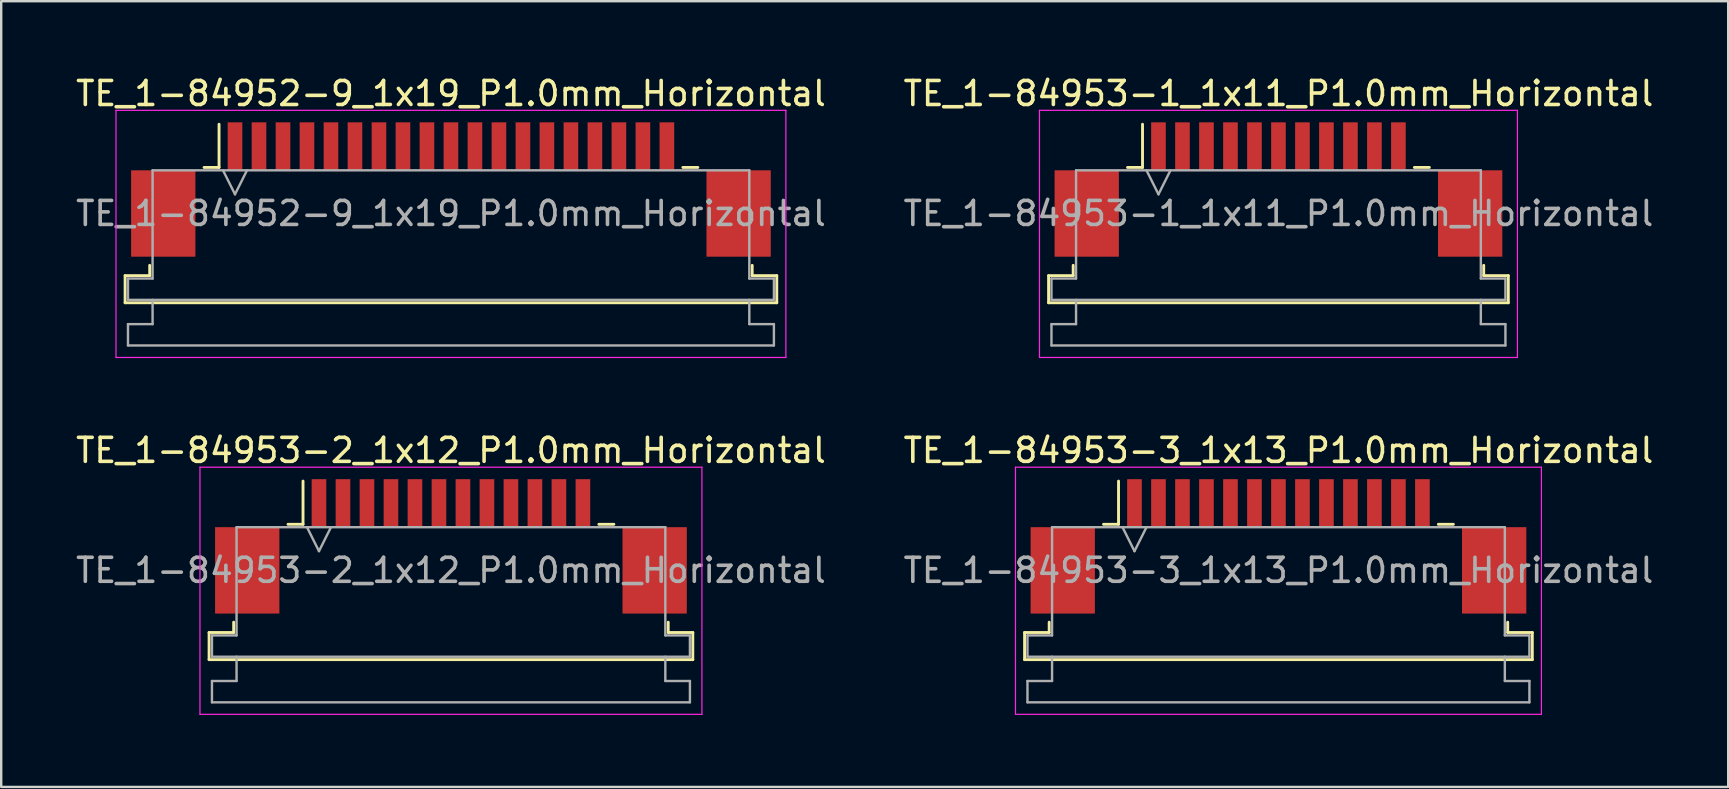
<source format=kicad_pcb>
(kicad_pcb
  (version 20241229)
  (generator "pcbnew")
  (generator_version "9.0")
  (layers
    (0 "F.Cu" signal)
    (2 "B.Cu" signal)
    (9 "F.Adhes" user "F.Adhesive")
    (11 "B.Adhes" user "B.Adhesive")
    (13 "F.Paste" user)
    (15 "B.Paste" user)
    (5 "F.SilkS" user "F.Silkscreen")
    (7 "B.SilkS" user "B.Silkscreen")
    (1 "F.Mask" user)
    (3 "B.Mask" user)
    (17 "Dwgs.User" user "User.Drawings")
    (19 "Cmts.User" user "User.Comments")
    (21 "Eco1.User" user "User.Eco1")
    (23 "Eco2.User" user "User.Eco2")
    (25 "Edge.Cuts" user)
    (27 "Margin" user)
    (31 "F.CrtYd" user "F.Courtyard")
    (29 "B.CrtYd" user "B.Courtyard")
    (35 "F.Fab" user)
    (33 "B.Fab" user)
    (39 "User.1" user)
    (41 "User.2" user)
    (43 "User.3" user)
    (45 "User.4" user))
  (footprint "TE_1-84953-1_1x11_P1.0mm_Horizontal"
    (layer "F.Cu")
    (at 50.232 4.848)
    (property "Reference" "TE_1-84953-1_1x11_P1.0mm_Horizontal" (at 0 -4 0) (layer "F.SilkS") (effects (font (size 1 1) (thickness 0.15))))
    (attr smd)
    (fp_line (start -9.58 3.59) (end -8.555 3.59) (stroke (width 0.12) (type solid)) (layer "F.SilkS"))
    (fp_line (start -9.58 4.72) (end -9.58 3.59) (stroke (width 0.12) (type solid)) (layer "F.SilkS"))
    (fp_line (start -8.555 3.59) (end -8.555 3.16) (stroke (width 0.12) (type solid)) (layer "F.SilkS"))
    (fp_line (start -6.29 -0.92) (end -5.665 -0.92) (stroke (width 0.12) (type solid)) (layer "F.SilkS"))
    (fp_line (start -5.665 -0.92) (end -5.665 -2.72) (stroke (width 0.12) (type solid)) (layer "F.SilkS"))
    (fp_line (start 5.665 -0.92) (end 6.29 -0.92) (stroke (width 0.12) (type solid)) (layer "F.SilkS"))
    (fp_line (start 8.555 3.16) (end 8.555 3.59) (stroke (width 0.12) (type solid)) (layer "F.SilkS"))
    (fp_line (start 8.555 3.59) (end 9.58 3.59) (stroke (width 0.12) (type solid)) (layer "F.SilkS"))
    (fp_line (start 9.58 3.59) (end 9.58 4.72) (stroke (width 0.12) (type solid)) (layer "F.SilkS"))
    (fp_line (start 9.58 4.72) (end -9.58 4.72) (stroke (width 0.12) (type solid)) (layer "F.SilkS"))
    (fp_line (start -9.96 -3.3) (end -9.96 7) (stroke (width 0.05) (type solid)) (layer "F.CrtYd"))
    (fp_line (start -9.96 7) (end 9.96 7) (stroke (width 0.05) (type solid)) (layer "F.CrtYd"))
    (fp_line (start 9.96 -3.3) (end -9.96 -3.3) (stroke (width 0.05) (type solid)) (layer "F.CrtYd"))
    (fp_line (start 9.96 7) (end 9.96 -3.3) (stroke (width 0.05) (type solid)) (layer "F.CrtYd"))
    (fp_line (start -9.46 3.71) (end -8.435 3.71) (stroke (width 0.1) (type solid)) (layer "F.Fab"))
    (fp_line (start -9.46 4.6) (end -9.46 3.71) (stroke (width 0.1) (type solid)) (layer "F.Fab"))
    (fp_line (start -9.46 5.61) (end -8.435 5.61) (stroke (width 0.1) (type solid)) (layer "F.Fab"))
    (fp_line (start -9.46 6.5) (end -9.46 5.61) (stroke (width 0.1) (type solid)) (layer "F.Fab"))
    (fp_line (start -8.435 -0.8) (end 8.435 -0.8) (stroke (width 0.1) (type solid)) (layer "F.Fab"))
    (fp_line (start -8.435 3.71) (end -8.435 -0.8) (stroke (width 0.1) (type solid)) (layer "F.Fab"))
    (fp_line (start -8.435 5.61) (end -8.435 4.6) (stroke (width 0.1) (type solid)) (layer "F.Fab"))
    (fp_line (start -5.5 -0.8) (end -5 0.2) (stroke (width 0.1) (type solid)) (layer "F.Fab"))
    (fp_line (start -5 0.2) (end -4.5 -0.8) (stroke (width 0.1) (type solid)) (layer "F.Fab"))
    (fp_line (start 8.435 -0.8) (end 8.435 3.71) (stroke (width 0.1) (type solid)) (layer "F.Fab"))
    (fp_line (start 8.435 3.71) (end 9.46 3.71) (stroke (width 0.1) (type solid)) (layer "F.Fab"))
    (fp_line (start 8.435 4.6) (end 8.435 5.61) (stroke (width 0.1) (type solid)) (layer "F.Fab"))
    (fp_line (start 8.435 5.61) (end 9.46 5.61) (stroke (width 0.1) (type solid)) (layer "F.Fab"))
    (fp_line (start 9.46 3.71) (end 9.46 4.6) (stroke (width 0.1) (type solid)) (layer "F.Fab"))
    (fp_line (start 9.46 4.6) (end -9.46 4.6) (stroke (width 0.1) (type solid)) (layer "F.Fab"))
    (fp_line (start 9.46 5.61) (end 9.46 6.5) (stroke (width 0.1) (type solid)) (layer "F.Fab"))
    (fp_line (start 9.46 6.5) (end -9.46 6.5) (stroke (width 0.1) (type solid)) (layer "F.Fab"))
    (fp_text user "${REFERENCE}" (at 0 1 0) (layer "F.Fab") (effects (font (size 1 1) (thickness 0.15))))
    (pad "" smd rect (at -7.99 1) (size 2.68 3.6) (layers "F.Cu" "F.Mask" "F.Paste"))
    (pad "" smd rect (at 7.99 1) (size 2.68 3.6) (layers "F.Cu" "F.Mask" "F.Paste"))
    (pad "1" smd rect (at -5 -1.8) (size 0.61 2) (layers "F.Cu" "F.Mask" "F.Paste"))
    (pad "2" smd rect (at -4 -1.8) (size 0.61 2) (layers "F.Cu" "F.Mask" "F.Paste"))
    (pad "3" smd rect (at -3 -1.8) (size 0.61 2) (layers "F.Cu" "F.Mask" "F.Paste"))
    (pad "4" smd rect (at -2 -1.8) (size 0.61 2) (layers "F.Cu" "F.Mask" "F.Paste"))
    (pad "5" smd rect (at -1 -1.8) (size 0.61 2) (layers "F.Cu" "F.Mask" "F.Paste"))
    (pad "6" smd rect (at 0 -1.8) (size 0.61 2) (layers "F.Cu" "F.Mask" "F.Paste"))
    (pad "7" smd rect (at 1 -1.8) (size 0.61 2) (layers "F.Cu" "F.Mask" "F.Paste"))
    (pad "8" smd rect (at 2 -1.8) (size 0.61 2) (layers "F.Cu" "F.Mask" "F.Paste"))
    (pad "9" smd rect (at 3 -1.8) (size 0.61 2) (layers "F.Cu" "F.Mask" "F.Paste"))
    (pad "10" smd rect (at 4 -1.8) (size 0.61 2) (layers "F.Cu" "F.Mask" "F.Paste"))
    (pad "11" smd rect (at 5 -1.8) (size 0.61 2) (layers "F.Cu" "F.Mask" "F.Paste")))
  (footprint "TE_1-84952-9_1x19_P1.0mm_Horizontal"
    (layer "F.Cu")
    (at 15.744 4.848)
    (property "Reference" "TE_1-84952-9_1x19_P1.0mm_Horizontal" (at 0 -4 0) (layer "F.SilkS") (effects (font (size 1 1) (thickness 0.15))))
    (attr smd)
    (fp_line (start -13.58 3.59) (end -12.555 3.59) (stroke (width 0.12) (type solid)) (layer "F.SilkS"))
    (fp_line (start -13.58 4.72) (end -13.58 3.59) (stroke (width 0.12) (type solid)) (layer "F.SilkS"))
    (fp_line (start -12.555 3.59) (end -12.555 3.16) (stroke (width 0.12) (type solid)) (layer "F.SilkS"))
    (fp_line (start -10.29 -0.92) (end -9.665 -0.92) (stroke (width 0.12) (type solid)) (layer "F.SilkS"))
    (fp_line (start -9.665 -0.92) (end -9.665 -2.72) (stroke (width 0.12) (type solid)) (layer "F.SilkS"))
    (fp_line (start 9.665 -0.92) (end 10.29 -0.92) (stroke (width 0.12) (type solid)) (layer "F.SilkS"))
    (fp_line (start 12.555 3.16) (end 12.555 3.59) (stroke (width 0.12) (type solid)) (layer "F.SilkS"))
    (fp_line (start 12.555 3.59) (end 13.58 3.59) (stroke (width 0.12) (type solid)) (layer "F.SilkS"))
    (fp_line (start 13.58 3.59) (end 13.58 4.72) (stroke (width 0.12) (type solid)) (layer "F.SilkS"))
    (fp_line (start 13.58 4.72) (end -13.58 4.72) (stroke (width 0.12) (type solid)) (layer "F.SilkS"))
    (fp_line (start -13.96 -3.3) (end -13.96 7) (stroke (width 0.05) (type solid)) (layer "F.CrtYd"))
    (fp_line (start -13.96 7) (end 13.96 7) (stroke (width 0.05) (type solid)) (layer "F.CrtYd"))
    (fp_line (start 13.96 -3.3) (end -13.96 -3.3) (stroke (width 0.05) (type solid)) (layer "F.CrtYd"))
    (fp_line (start 13.96 7) (end 13.96 -3.3) (stroke (width 0.05) (type solid)) (layer "F.CrtYd"))
    (fp_line (start -13.46 3.71) (end -12.435 3.71) (stroke (width 0.1) (type solid)) (layer "F.Fab"))
    (fp_line (start -13.46 4.6) (end -13.46 3.71) (stroke (width 0.1) (type solid)) (layer "F.Fab"))
    (fp_line (start -13.46 5.61) (end -12.435 5.61) (stroke (width 0.1) (type solid)) (layer "F.Fab"))
    (fp_line (start -13.46 6.5) (end -13.46 5.61) (stroke (width 0.1) (type solid)) (layer "F.Fab"))
    (fp_line (start -12.435 -0.8) (end 12.435 -0.8) (stroke (width 0.1) (type solid)) (layer "F.Fab"))
    (fp_line (start -12.435 3.71) (end -12.435 -0.8) (stroke (width 0.1) (type solid)) (layer "F.Fab"))
    (fp_line (start -12.435 5.61) (end -12.435 4.6) (stroke (width 0.1) (type solid)) (layer "F.Fab"))
    (fp_line (start -9.5 -0.8) (end -9 0.2) (stroke (width 0.1) (type solid)) (layer "F.Fab"))
    (fp_line (start -9 0.2) (end -8.5 -0.8) (stroke (width 0.1) (type solid)) (layer "F.Fab"))
    (fp_line (start 12.435 -0.8) (end 12.435 3.71) (stroke (width 0.1) (type solid)) (layer "F.Fab"))
    (fp_line (start 12.435 3.71) (end 13.46 3.71) (stroke (width 0.1) (type solid)) (layer "F.Fab"))
    (fp_line (start 12.435 4.6) (end 12.435 5.61) (stroke (width 0.1) (type solid)) (layer "F.Fab"))
    (fp_line (start 12.435 5.61) (end 13.46 5.61) (stroke (width 0.1) (type solid)) (layer "F.Fab"))
    (fp_line (start 13.46 3.71) (end 13.46 4.6) (stroke (width 0.1) (type solid)) (layer "F.Fab"))
    (fp_line (start 13.46 4.6) (end -13.46 4.6) (stroke (width 0.1) (type solid)) (layer "F.Fab"))
    (fp_line (start 13.46 5.61) (end 13.46 6.5) (stroke (width 0.1) (type solid)) (layer "F.Fab"))
    (fp_line (start 13.46 6.5) (end -13.46 6.5) (stroke (width 0.1) (type solid)) (layer "F.Fab"))
    (fp_text user "${REFERENCE}" (at 0 1 0) (layer "F.Fab") (effects (font (size 1 1) (thickness 0.15))))
    (pad "" smd rect (at -11.99 1) (size 2.68 3.6) (layers "F.Cu" "F.Mask" "F.Paste"))
    (pad "" smd rect (at 11.99 1) (size 2.68 3.6) (layers "F.Cu" "F.Mask" "F.Paste"))
    (pad "1" smd rect (at -9 -1.8) (size 0.61 2) (layers "F.Cu" "F.Mask" "F.Paste"))
    (pad "2" smd rect (at -8 -1.8) (size 0.61 2) (layers "F.Cu" "F.Mask" "F.Paste"))
    (pad "3" smd rect (at -7 -1.8) (size 0.61 2) (layers "F.Cu" "F.Mask" "F.Paste"))
    (pad "4" smd rect (at -6 -1.8) (size 0.61 2) (layers "F.Cu" "F.Mask" "F.Paste"))
    (pad "5" smd rect (at -5 -1.8) (size 0.61 2) (layers "F.Cu" "F.Mask" "F.Paste"))
    (pad "6" smd rect (at -4 -1.8) (size 0.61 2) (layers "F.Cu" "F.Mask" "F.Paste"))
    (pad "7" smd rect (at -3 -1.8) (size 0.61 2) (layers "F.Cu" "F.Mask" "F.Paste"))
    (pad "8" smd rect (at -2 -1.8) (size 0.61 2) (layers "F.Cu" "F.Mask" "F.Paste"))
    (pad "9" smd rect (at -1 -1.8) (size 0.61 2) (layers "F.Cu" "F.Mask" "F.Paste"))
    (pad "10" smd rect (at 0 -1.8) (size 0.61 2) (layers "F.Cu" "F.Mask" "F.Paste"))
    (pad "11" smd rect (at 1 -1.8) (size 0.61 2) (layers "F.Cu" "F.Mask" "F.Paste"))
    (pad "12" smd rect (at 2 -1.8) (size 0.61 2) (layers "F.Cu" "F.Mask" "F.Paste"))
    (pad "13" smd rect (at 3 -1.8) (size 0.61 2) (layers "F.Cu" "F.Mask" "F.Paste"))
    (pad "14" smd rect (at 4 -1.8) (size 0.61 2) (layers "F.Cu" "F.Mask" "F.Paste"))
    (pad "15" smd rect (at 5 -1.8) (size 0.61 2) (layers "F.Cu" "F.Mask" "F.Paste"))
    (pad "16" smd rect (at 6 -1.8) (size 0.61 2) (layers "F.Cu" "F.Mask" "F.Paste"))
    (pad "17" smd rect (at 7 -1.8) (size 0.61 2) (layers "F.Cu" "F.Mask" "F.Paste"))
    (pad "18" smd rect (at 8 -1.8) (size 0.61 2) (layers "F.Cu" "F.Mask" "F.Paste"))
    (pad "19" smd rect (at 9 -1.8) (size 0.61 2) (layers "F.Cu" "F.Mask" "F.Paste")))
  (footprint "TE_1-84953-2_1x12_P1.0mm_Horizontal"
    (layer "F.Cu")
    (at 15.744 19.721)
    (property "Reference" "TE_1-84953-2_1x12_P1.0mm_Horizontal" (at 0 -4 0) (layer "F.SilkS") (effects (font (size 1 1) (thickness 0.15))))
    (attr smd)
    (fp_line (start -10.08 3.59) (end -9.055 3.59) (stroke (width 0.12) (type solid)) (layer "F.SilkS"))
    (fp_line (start -10.08 4.72) (end -10.08 3.59) (stroke (width 0.12) (type solid)) (layer "F.SilkS"))
    (fp_line (start -9.055 3.59) (end -9.055 3.16) (stroke (width 0.12) (type solid)) (layer "F.SilkS"))
    (fp_line (start -6.79 -0.92) (end -6.165 -0.92) (stroke (width 0.12) (type solid)) (layer "F.SilkS"))
    (fp_line (start -6.165 -0.92) (end -6.165 -2.72) (stroke (width 0.12) (type solid)) (layer "F.SilkS"))
    (fp_line (start 6.165 -0.92) (end 6.79 -0.92) (stroke (width 0.12) (type solid)) (layer "F.SilkS"))
    (fp_line (start 9.055 3.16) (end 9.055 3.59) (stroke (width 0.12) (type solid)) (layer "F.SilkS"))
    (fp_line (start 9.055 3.59) (end 10.08 3.59) (stroke (width 0.12) (type solid)) (layer "F.SilkS"))
    (fp_line (start 10.08 3.59) (end 10.08 4.72) (stroke (width 0.12) (type solid)) (layer "F.SilkS"))
    (fp_line (start 10.08 4.72) (end -10.08 4.72) (stroke (width 0.12) (type solid)) (layer "F.SilkS"))
    (fp_line (start -10.46 -3.3) (end -10.46 7) (stroke (width 0.05) (type solid)) (layer "F.CrtYd"))
    (fp_line (start -10.46 7) (end 10.46 7) (stroke (width 0.05) (type solid)) (layer "F.CrtYd"))
    (fp_line (start 10.46 -3.3) (end -10.46 -3.3) (stroke (width 0.05) (type solid)) (layer "F.CrtYd"))
    (fp_line (start 10.46 7) (end 10.46 -3.3) (stroke (width 0.05) (type solid)) (layer "F.CrtYd"))
    (fp_line (start -9.96 3.71) (end -8.935 3.71) (stroke (width 0.1) (type solid)) (layer "F.Fab"))
    (fp_line (start -9.96 4.6) (end -9.96 3.71) (stroke (width 0.1) (type solid)) (layer "F.Fab"))
    (fp_line (start -9.96 5.61) (end -8.935 5.61) (stroke (width 0.1) (type solid)) (layer "F.Fab"))
    (fp_line (start -9.96 6.5) (end -9.96 5.61) (stroke (width 0.1) (type solid)) (layer "F.Fab"))
    (fp_line (start -8.935 -0.8) (end 8.935 -0.8) (stroke (width 0.1) (type solid)) (layer "F.Fab"))
    (fp_line (start -8.935 3.71) (end -8.935 -0.8) (stroke (width 0.1) (type solid)) (layer "F.Fab"))
    (fp_line (start -8.935 5.61) (end -8.935 4.6) (stroke (width 0.1) (type solid)) (layer "F.Fab"))
    (fp_line (start -6 -0.8) (end -5.5 0.2) (stroke (width 0.1) (type solid)) (layer "F.Fab"))
    (fp_line (start -5.5 0.2) (end -5 -0.8) (stroke (width 0.1) (type solid)) (layer "F.Fab"))
    (fp_line (start 8.935 -0.8) (end 8.935 3.71) (stroke (width 0.1) (type solid)) (layer "F.Fab"))
    (fp_line (start 8.935 3.71) (end 9.96 3.71) (stroke (width 0.1) (type solid)) (layer "F.Fab"))
    (fp_line (start 8.935 4.6) (end 8.935 5.61) (stroke (width 0.1) (type solid)) (layer "F.Fab"))
    (fp_line (start 8.935 5.61) (end 9.96 5.61) (stroke (width 0.1) (type solid)) (layer "F.Fab"))
    (fp_line (start 9.96 3.71) (end 9.96 4.6) (stroke (width 0.1) (type solid)) (layer "F.Fab"))
    (fp_line (start 9.96 4.6) (end -9.96 4.6) (stroke (width 0.1) (type solid)) (layer "F.Fab"))
    (fp_line (start 9.96 5.61) (end 9.96 6.5) (stroke (width 0.1) (type solid)) (layer "F.Fab"))
    (fp_line (start 9.96 6.5) (end -9.96 6.5) (stroke (width 0.1) (type solid)) (layer "F.Fab"))
    (fp_text user "${REFERENCE}" (at 0 1 0) (layer "F.Fab") (effects (font (size 1 1) (thickness 0.15))))
    (pad "" smd rect (at -8.49 1) (size 2.68 3.6) (layers "F.Cu" "F.Mask" "F.Paste"))
    (pad "" smd rect (at 8.49 1) (size 2.68 3.6) (layers "F.Cu" "F.Mask" "F.Paste"))
    (pad "1" smd rect (at -5.5 -1.8) (size 0.61 2) (layers "F.Cu" "F.Mask" "F.Paste"))
    (pad "2" smd rect (at -4.5 -1.8) (size 0.61 2) (layers "F.Cu" "F.Mask" "F.Paste"))
    (pad "3" smd rect (at -3.5 -1.8) (size 0.61 2) (layers "F.Cu" "F.Mask" "F.Paste"))
    (pad "4" smd rect (at -2.5 -1.8) (size 0.61 2) (layers "F.Cu" "F.Mask" "F.Paste"))
    (pad "5" smd rect (at -1.5 -1.8) (size 0.61 2) (layers "F.Cu" "F.Mask" "F.Paste"))
    (pad "6" smd rect (at -0.5 -1.8) (size 0.61 2) (layers "F.Cu" "F.Mask" "F.Paste"))
    (pad "7" smd rect (at 0.5 -1.8) (size 0.61 2) (layers "F.Cu" "F.Mask" "F.Paste"))
    (pad "8" smd rect (at 1.5 -1.8) (size 0.61 2) (layers "F.Cu" "F.Mask" "F.Paste"))
    (pad "9" smd rect (at 2.5 -1.8) (size 0.61 2) (layers "F.Cu" "F.Mask" "F.Paste"))
    (pad "10" smd rect (at 3.5 -1.8) (size 0.61 2) (layers "F.Cu" "F.Mask" "F.Paste"))
    (pad "11" smd rect (at 4.5 -1.8) (size 0.61 2) (layers "F.Cu" "F.Mask" "F.Paste"))
    (pad "12" smd rect (at 5.5 -1.8) (size 0.61 2) (layers "F.Cu" "F.Mask" "F.Paste")))
  (footprint "TE_1-84953-3_1x13_P1.0mm_Horizontal"
    (layer "F.Cu")
    (at 50.232 19.721)
    (property "Reference" "TE_1-84953-3_1x13_P1.0mm_Horizontal" (at 0 -4 0) (layer "F.SilkS") (effects (font (size 1 1) (thickness 0.15))))
    (attr smd)
    (fp_line (start -10.58 3.59) (end -9.555 3.59) (stroke (width 0.12) (type solid)) (layer "F.SilkS"))
    (fp_line (start -10.58 4.72) (end -10.58 3.59) (stroke (width 0.12) (type solid)) (layer "F.SilkS"))
    (fp_line (start -9.555 3.59) (end -9.555 3.16) (stroke (width 0.12) (type solid)) (layer "F.SilkS"))
    (fp_line (start -7.29 -0.92) (end -6.665 -0.92) (stroke (width 0.12) (type solid)) (layer "F.SilkS"))
    (fp_line (start -6.665 -0.92) (end -6.665 -2.72) (stroke (width 0.12) (type solid)) (layer "F.SilkS"))
    (fp_line (start 6.665 -0.92) (end 7.29 -0.92) (stroke (width 0.12) (type solid)) (layer "F.SilkS"))
    (fp_line (start 9.555 3.16) (end 9.555 3.59) (stroke (width 0.12) (type solid)) (layer "F.SilkS"))
    (fp_line (start 9.555 3.59) (end 10.58 3.59) (stroke (width 0.12) (type solid)) (layer "F.SilkS"))
    (fp_line (start 10.58 3.59) (end 10.58 4.72) (stroke (width 0.12) (type solid)) (layer "F.SilkS"))
    (fp_line (start 10.58 4.72) (end -10.58 4.72) (stroke (width 0.12) (type solid)) (layer "F.SilkS"))
    (fp_line (start -10.96 -3.3) (end -10.96 7) (stroke (width 0.05) (type solid)) (layer "F.CrtYd"))
    (fp_line (start -10.96 7) (end 10.96 7) (stroke (width 0.05) (type solid)) (layer "F.CrtYd"))
    (fp_line (start 10.96 -3.3) (end -10.96 -3.3) (stroke (width 0.05) (type solid)) (layer "F.CrtYd"))
    (fp_line (start 10.96 7) (end 10.96 -3.3) (stroke (width 0.05) (type solid)) (layer "F.CrtYd"))
    (fp_line (start -10.46 3.71) (end -9.435 3.71) (stroke (width 0.1) (type solid)) (layer "F.Fab"))
    (fp_line (start -10.46 4.6) (end -10.46 3.71) (stroke (width 0.1) (type solid)) (layer "F.Fab"))
    (fp_line (start -10.46 5.61) (end -9.435 5.61) (stroke (width 0.1) (type solid)) (layer "F.Fab"))
    (fp_line (start -10.46 6.5) (end -10.46 5.61) (stroke (width 0.1) (type solid)) (layer "F.Fab"))
    (fp_line (start -9.435 -0.8) (end 9.435 -0.8) (stroke (width 0.1) (type solid)) (layer "F.Fab"))
    (fp_line (start -9.435 3.71) (end -9.435 -0.8) (stroke (width 0.1) (type solid)) (layer "F.Fab"))
    (fp_line (start -9.435 5.61) (end -9.435 4.6) (stroke (width 0.1) (type solid)) (layer "F.Fab"))
    (fp_line (start -6.5 -0.8) (end -6 0.2) (stroke (width 0.1) (type solid)) (layer "F.Fab"))
    (fp_line (start -6 0.2) (end -5.5 -0.8) (stroke (width 0.1) (type solid)) (layer "F.Fab"))
    (fp_line (start 9.435 -0.8) (end 9.435 3.71) (stroke (width 0.1) (type solid)) (layer "F.Fab"))
    (fp_line (start 9.435 3.71) (end 10.46 3.71) (stroke (width 0.1) (type solid)) (layer "F.Fab"))
    (fp_line (start 9.435 4.6) (end 9.435 5.61) (stroke (width 0.1) (type solid)) (layer "F.Fab"))
    (fp_line (start 9.435 5.61) (end 10.46 5.61) (stroke (width 0.1) (type solid)) (layer "F.Fab"))
    (fp_line (start 10.46 3.71) (end 10.46 4.6) (stroke (width 0.1) (type solid)) (layer "F.Fab"))
    (fp_line (start 10.46 4.6) (end -10.46 4.6) (stroke (width 0.1) (type solid)) (layer "F.Fab"))
    (fp_line (start 10.46 5.61) (end 10.46 6.5) (stroke (width 0.1) (type solid)) (layer "F.Fab"))
    (fp_line (start 10.46 6.5) (end -10.46 6.5) (stroke (width 0.1) (type solid)) (layer "F.Fab"))
    (fp_text user "${REFERENCE}" (at 0 1 0) (layer "F.Fab") (effects (font (size 1 1) (thickness 0.15))))
    (pad "" smd rect (at -8.99 1) (size 2.68 3.6) (layers "F.Cu" "F.Mask" "F.Paste"))
    (pad "" smd rect (at 8.99 1) (size 2.68 3.6) (layers "F.Cu" "F.Mask" "F.Paste"))
    (pad "1" smd rect (at -6 -1.8) (size 0.61 2) (layers "F.Cu" "F.Mask" "F.Paste"))
    (pad "2" smd rect (at -5 -1.8) (size 0.61 2) (layers "F.Cu" "F.Mask" "F.Paste"))
    (pad "3" smd rect (at -4 -1.8) (size 0.61 2) (layers "F.Cu" "F.Mask" "F.Paste"))
    (pad "4" smd rect (at -3 -1.8) (size 0.61 2) (layers "F.Cu" "F.Mask" "F.Paste"))
    (pad "5" smd rect (at -2 -1.8) (size 0.61 2) (layers "F.Cu" "F.Mask" "F.Paste"))
    (pad "6" smd rect (at -1 -1.8) (size 0.61 2) (layers "F.Cu" "F.Mask" "F.Paste"))
    (pad "7" smd rect (at 0 -1.8) (size 0.61 2) (layers "F.Cu" "F.Mask" "F.Paste"))
    (pad "8" smd rect (at 1 -1.8) (size 0.61 2) (layers "F.Cu" "F.Mask" "F.Paste"))
    (pad "9" smd rect (at 2 -1.8) (size 0.61 2) (layers "F.Cu" "F.Mask" "F.Paste"))
    (pad "10" smd rect (at 3 -1.8) (size 0.61 2) (layers "F.Cu" "F.Mask" "F.Paste"))
    (pad "11" smd rect (at 4 -1.8) (size 0.61 2) (layers "F.Cu" "F.Mask" "F.Paste"))
    (pad "12" smd rect (at 5 -1.8) (size 0.61 2) (layers "F.Cu" "F.Mask" "F.Paste"))
    (pad "13" smd rect (at 6 -1.8) (size 0.61 2) (layers "F.Cu" "F.Mask" "F.Paste")))
  (gr_rect
    (start -3 -3)
    (end 68.976 29.747)
    (stroke (width 0.1) (type default))
    (fill no)
    (layer "Edge.Cuts")))
</source>
